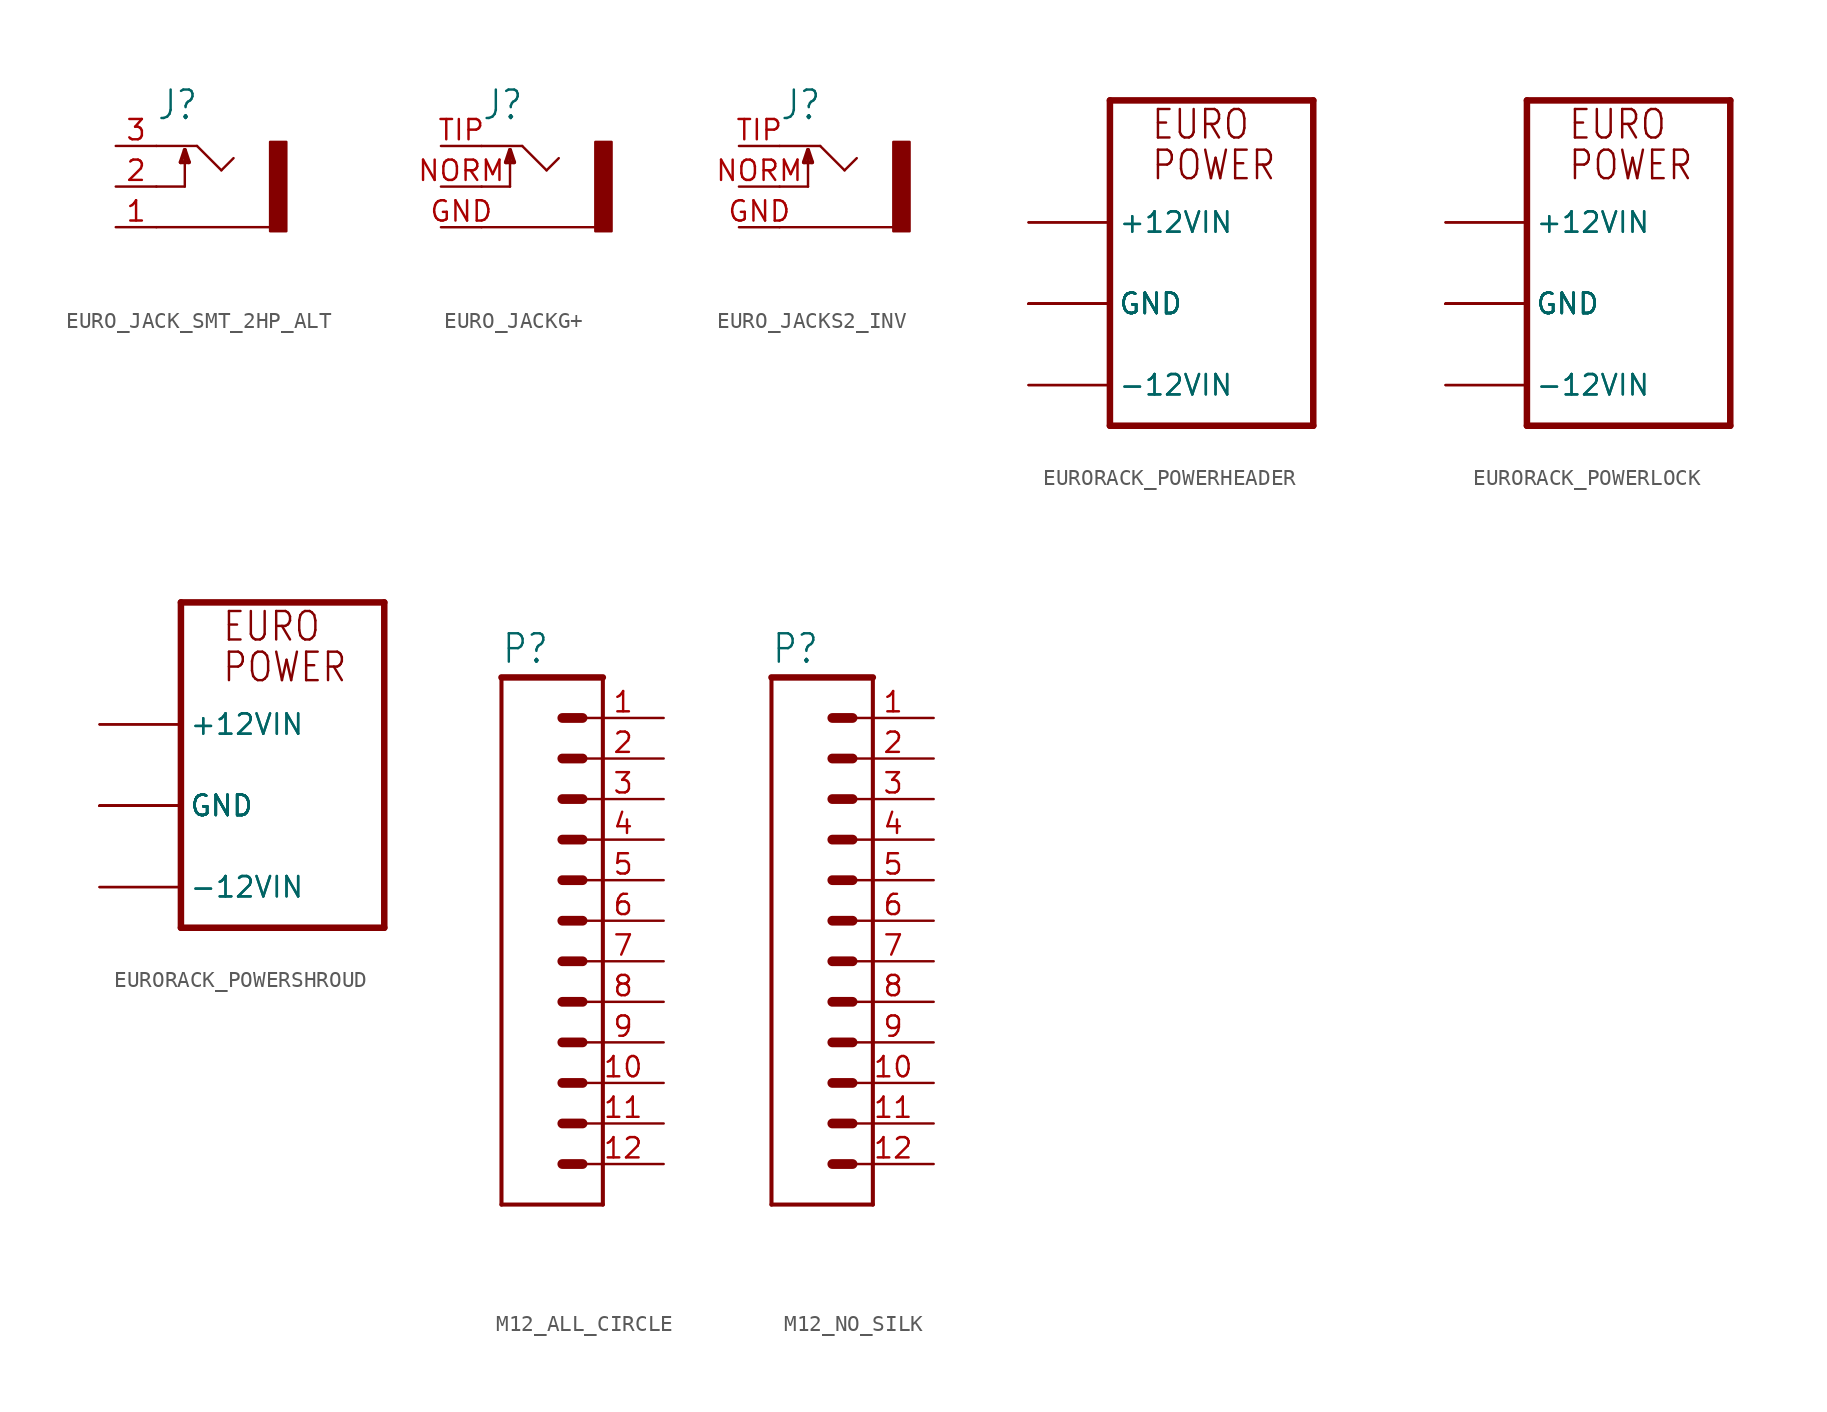
<source format=kicad_sym>
(kicad_symbol_lib
  (version 20231120)
  (generator "kicad_symbol_editor")
  (generator_version "8.0")
  (symbol "EURO_JACK_SMT_2HP_ALT"
    (property "Reference" "J"
      (at -2.54 4.064 0)
      (effects (font (size 1.778 1.511)) (justify left bottom)))
    (property "Value" ""
      (at -2.54 -6.096 0)
      (effects (font (size 1.778 1.511)) (justify left bottom)))
    (property "ki_locked" ""
      (at 0 0 0)
      (effects (font (size 1.27 1.27))))
    (symbol "EURO_JACK_SMT_2HP_ALT_1_0"
      (polyline (pts (xy -2.54 -2.54) (xy 4.572 -2.54)) (stroke (width 0.152) (type solid)) (fill (type none)))
      (polyline (pts (xy -2.54 0) (xy -0.762 0)) (stroke (width 0.152) (type solid)) (fill (type none)))
      (polyline (pts (xy -2.54 2.54) (xy 0 2.54)) (stroke (width 0.152) (type solid)) (fill (type none)))
      (polyline (pts (xy -1.016 1.524) (xy -0.508 1.524)) (stroke (width 0.254) (type solid)) (fill (type none)))
      (polyline (pts (xy -0.762 0) (xy -0.762 2.286)) (stroke (width 0.152) (type solid)) (fill (type none)))
      (polyline (pts (xy -0.762 2.286) (xy -1.016 1.524)) (stroke (width 0.254) (type solid)) (fill (type none)))
      (polyline (pts (xy -0.508 1.524) (xy -0.762 2.286)) (stroke (width 0.254) (type solid)) (fill (type none)))
      (polyline (pts (xy 0 2.54) (xy 1.524 1.016)) (stroke (width 0.152) (type solid)) (fill (type none)))
      (polyline (pts (xy 1.524 1.016) (xy 2.286 1.778)) (stroke (width 0.152) (type solid)) (fill (type none)))
      (rectangle (start 4.572 2.794) (end 5.588 -2.794) (stroke (width 0) (type default)) (fill (type outline)))
      (pin passive line (at -5.08 -2.54 0) (length 2.54) (name "GND" (effects (font (size 0 0)))) (number "1" (effects (font (size 1.27 1.27)))))
      (pin passive line (at -5.08 0 0) (length 2.54) (name "NORM" (effects (font (size 0 0)))) (number "2" (effects (font (size 1.27 1.27)))))
      (pin passive line (at -5.08 2.54 0) (length 2.54) (name "TIP" (effects (font (size 0 0)))) (number "3" (effects (font (size 1.27 1.27)))))))
  (symbol "EURO_JACKG+"
    (property "Reference" "J"
      (at -2.54 4.064 0)
      (effects (font (size 1.778 1.511)) (justify left bottom)))
    (property "Value" ""
      (at -2.54 -6.096 0)
      (effects (font (size 1.778 1.511)) (justify left bottom)))
    (property "ki_locked" ""
      (at 0 0 0)
      (effects (font (size 1.27 1.27))))
    (symbol "EURO_JACKG+_1_0"
      (polyline (pts (xy -2.54 -2.54) (xy 4.572 -2.54)) (stroke (width 0.152) (type solid)) (fill (type none)))
      (polyline (pts (xy -2.54 0) (xy -0.762 0)) (stroke (width 0.152) (type solid)) (fill (type none)))
      (polyline (pts (xy -2.54 2.54) (xy 0 2.54)) (stroke (width 0.152) (type solid)) (fill (type none)))
      (polyline (pts (xy -1.016 1.524) (xy -0.508 1.524)) (stroke (width 0.254) (type solid)) (fill (type none)))
      (polyline (pts (xy -0.762 0) (xy -0.762 2.286)) (stroke (width 0.152) (type solid)) (fill (type none)))
      (polyline (pts (xy -0.762 2.286) (xy -1.016 1.524)) (stroke (width 0.254) (type solid)) (fill (type none)))
      (polyline (pts (xy -0.508 1.524) (xy -0.762 2.286)) (stroke (width 0.254) (type solid)) (fill (type none)))
      (polyline (pts (xy 0 2.54) (xy 1.524 1.016)) (stroke (width 0.152) (type solid)) (fill (type none)))
      (polyline (pts (xy 1.524 1.016) (xy 2.286 1.778)) (stroke (width 0.152) (type solid)) (fill (type none)))
      (rectangle (start 4.572 2.794) (end 5.588 -2.794) (stroke (width 0) (type default)) (fill (type outline)))
      (pin passive line (at -5.08 -2.54 0) (length 2.54) (name "GND" (effects (font (size 0 0)))) (number "GND" (effects (font (size 1.27 1.27)))))
      (pin passive line (at -5.08 0 0) (length 2.54) (name "NORM" (effects (font (size 0 0)))) (number "NORM" (effects (font (size 1.27 1.27)))))
      (pin passive line (at -5.08 2.54 0) (length 2.54) (name "TIP" (effects (font (size 0 0)))) (number "TIP" (effects (font (size 1.27 1.27)))))))
  (symbol "EURO_JACKS2_INV"
    (property "Reference" "J"
      (at -2.54 4.064 0)
      (effects (font (size 1.778 1.511)) (justify left bottom)))
    (property "Value" ""
      (at -2.54 -6.096 0)
      (effects (font (size 1.778 1.511)) (justify left bottom)))
    (property "ki_locked" ""
      (at 0 0 0)
      (effects (font (size 1.27 1.27))))
    (symbol "EURO_JACKS2_INV_1_0"
      (polyline (pts (xy -2.54 -2.54) (xy 4.572 -2.54)) (stroke (width 0.152) (type solid)) (fill (type none)))
      (polyline (pts (xy -2.54 0) (xy -0.762 0)) (stroke (width 0.152) (type solid)) (fill (type none)))
      (polyline (pts (xy -2.54 2.54) (xy 0 2.54)) (stroke (width 0.152) (type solid)) (fill (type none)))
      (polyline (pts (xy -1.016 1.524) (xy -0.508 1.524)) (stroke (width 0.254) (type solid)) (fill (type none)))
      (polyline (pts (xy -0.762 0) (xy -0.762 2.286)) (stroke (width 0.152) (type solid)) (fill (type none)))
      (polyline (pts (xy -0.762 2.286) (xy -1.016 1.524)) (stroke (width 0.254) (type solid)) (fill (type none)))
      (polyline (pts (xy -0.508 1.524) (xy -0.762 2.286)) (stroke (width 0.254) (type solid)) (fill (type none)))
      (polyline (pts (xy 0 2.54) (xy 1.524 1.016)) (stroke (width 0.152) (type solid)) (fill (type none)))
      (polyline (pts (xy 1.524 1.016) (xy 2.286 1.778)) (stroke (width 0.152) (type solid)) (fill (type none)))
      (rectangle (start 4.572 2.794) (end 5.588 -2.794) (stroke (width 0) (type default)) (fill (type outline)))
      (pin passive line (at -5.08 -2.54 0) (length 2.54) (name "GND" (effects (font (size 0 0)))) (number "GND" (effects (font (size 1.27 1.27)))))
      (pin passive line (at -5.08 0 0) (length 2.54) (name "NORM" (effects (font (size 0 0)))) (number "NORM" (effects (font (size 1.27 1.27)))))
      (pin passive line (at -5.08 2.54 0) (length 2.54) (name "TIP" (effects (font (size 0 0)))) (number "TIP" (effects (font (size 1.27 1.27)))))))
  (symbol "EURORACK_POWERHEADER"
    (property "Reference" "EP"
      (at 0 0 0)
      (effects (font (size 1.27 1.27)) (hide yes)))
    (property "ki_locked" ""
      (at 0 0 0)
      (effects (font (size 1.27 1.27))))
    (symbol "EURORACK_POWERHEADER_1_0"
      (polyline (pts (xy -5.08 -10.16) (xy 7.62 -10.16)) (stroke (width 0.406) (type solid)) (fill (type none)))
      (polyline (pts (xy -5.08 10.16) (xy -5.08 -10.16)) (stroke (width 0.406) (type solid)) (fill (type none)))
      (polyline (pts (xy 7.62 -10.16) (xy 7.62 10.16)) (stroke (width 0.406) (type solid)) (fill (type none)))
      (polyline (pts (xy 7.62 10.16) (xy -5.08 10.16)) (stroke (width 0.406) (type solid)) (fill (type none)))
      (text "EURO" (at -2.54 7.62 0) (effects (font (size 1.778 1.511)) (justify left bottom)))
      (text "POWER" (at -2.54 5.08 0) (effects (font (size 1.778 1.511)) (justify left bottom)))
      (pin bidirectional line (at -10.16 2.54 0) (length 5.08) (name "+12VIN" (effects (font (size 1.27 1.27)))) (number "+12V0" (effects (font (size 0 0)))))
      (pin bidirectional line (at -10.16 2.54 0) (length 5.08) (name "+12VIN" (effects (font (size 1.27 1.27)))) (number "+12V1" (effects (font (size 0 0)))))
      (pin bidirectional line (at -10.16 -7.62 0) (length 5.08) (name "-12VIN" (effects (font (size 1.27 1.27)))) (number "-12V0" (effects (font (size 0 0)))))
      (pin bidirectional line (at -10.16 -7.62 0) (length 5.08) (name "-12VIN" (effects (font (size 1.27 1.27)))) (number "-12V1" (effects (font (size 0 0)))))
      (pin bidirectional line (at -10.16 -2.54 0) (length 5.08) (name "GND" (effects (font (size 1.27 1.27)))) (number "GND0" (effects (font (size 0 0)))))
      (pin bidirectional line (at -10.16 -2.54 0) (length 5.08) (name "GND" (effects (font (size 1.27 1.27)))) (number "GND1" (effects (font (size 0 0)))))
      (pin bidirectional line (at -10.16 -2.54 0) (length 5.08) (name "GND" (effects (font (size 1.27 1.27)))) (number "GND2" (effects (font (size 0 0)))))
      (pin bidirectional line (at -10.16 -2.54 0) (length 5.08) (name "GND" (effects (font (size 1.27 1.27)))) (number "GND3" (effects (font (size 0 0)))))
      (pin bidirectional line (at -10.16 -2.54 0) (length 5.08) (name "GND" (effects (font (size 1.27 1.27)))) (number "GND4" (effects (font (size 0 0)))))
      (pin bidirectional line (at -10.16 -2.54 0) (length 5.08) (name "GND" (effects (font (size 1.27 1.27)))) (number "GND5" (effects (font (size 0 0)))))))
  (symbol "EURORACK_POWERLOCK"
    (property "Reference" "EP"
      (at 0 0 0)
      (effects (font (size 1.27 1.27)) (hide yes)))
    (property "ki_locked" ""
      (at 0 0 0)
      (effects (font (size 1.27 1.27))))
    (symbol "EURORACK_POWERLOCK_1_0"
      (polyline (pts (xy -5.08 -10.16) (xy 7.62 -10.16)) (stroke (width 0.406) (type solid)) (fill (type none)))
      (polyline (pts (xy -5.08 10.16) (xy -5.08 -10.16)) (stroke (width 0.406) (type solid)) (fill (type none)))
      (polyline (pts (xy 7.62 -10.16) (xy 7.62 10.16)) (stroke (width 0.406) (type solid)) (fill (type none)))
      (polyline (pts (xy 7.62 10.16) (xy -5.08 10.16)) (stroke (width 0.406) (type solid)) (fill (type none)))
      (text "EURO" (at -2.54 7.62 0) (effects (font (size 1.778 1.511)) (justify left bottom)))
      (text "POWER" (at -2.54 5.08 0) (effects (font (size 1.778 1.511)) (justify left bottom)))
      (pin bidirectional line (at -10.16 -2.54 0) (length 5.08) (name "GND" (effects (font (size 1.27 1.27)))) (number "GND1" (effects (font (size 0 0)))))
      (pin bidirectional line (at -10.16 -2.54 0) (length 5.08) (name "GND" (effects (font (size 1.27 1.27)))) (number "GND2" (effects (font (size 0 0)))))
      (pin bidirectional line (at -10.16 -2.54 0) (length 5.08) (name "GND" (effects (font (size 1.27 1.27)))) (number "GND3" (effects (font (size 0 0)))))
      (pin bidirectional line (at -10.16 -2.54 0) (length 5.08) (name "GND" (effects (font (size 1.27 1.27)))) (number "GND4" (effects (font (size 0 0)))))
      (pin bidirectional line (at -10.16 -2.54 0) (length 5.08) (name "GND" (effects (font (size 1.27 1.27)))) (number "GND5" (effects (font (size 0 0)))))
      (pin bidirectional line (at -10.16 -2.54 0) (length 5.08) (name "GND" (effects (font (size 1.27 1.27)))) (number "GND6" (effects (font (size 0 0)))))
      (pin bidirectional line (at -10.16 -7.62 0) (length 5.08) (name "-12VIN" (effects (font (size 1.27 1.27)))) (number "NEG1" (effects (font (size 0 0)))))
      (pin bidirectional line (at -10.16 -7.62 0) (length 5.08) (name "-12VIN" (effects (font (size 1.27 1.27)))) (number "NEG2" (effects (font (size 0 0)))))
      (pin bidirectional line (at -10.16 2.54 0) (length 5.08) (name "+12VIN" (effects (font (size 1.27 1.27)))) (number "POS1" (effects (font (size 0 0)))))
      (pin bidirectional line (at -10.16 2.54 0) (length 5.08) (name "+12VIN" (effects (font (size 1.27 1.27)))) (number "POS2" (effects (font (size 0 0)))))))
  (symbol "EURORACK_POWERSHROUD"
    (property "Reference" "EP"
      (at 0 0 0)
      (effects (font (size 1.27 1.27)) (hide yes)))
    (property "ki_locked" ""
      (at 0 0 0)
      (effects (font (size 1.27 1.27))))
    (symbol "EURORACK_POWERSHROUD_1_0"
      (polyline (pts (xy -5.08 -10.16) (xy 7.62 -10.16)) (stroke (width 0.406) (type solid)) (fill (type none)))
      (polyline (pts (xy -5.08 10.16) (xy -5.08 -10.16)) (stroke (width 0.406) (type solid)) (fill (type none)))
      (polyline (pts (xy 7.62 -10.16) (xy 7.62 10.16)) (stroke (width 0.406) (type solid)) (fill (type none)))
      (polyline (pts (xy 7.62 10.16) (xy -5.08 10.16)) (stroke (width 0.406) (type solid)) (fill (type none)))
      (text "EURO" (at -2.54 7.62 0) (effects (font (size 1.778 1.511)) (justify left bottom)))
      (text "POWER" (at -2.54 5.08 0) (effects (font (size 1.778 1.511)) (justify left bottom)))
      (pin bidirectional line (at -10.16 2.54 0) (length 5.08) (name "+12VIN" (effects (font (size 1.27 1.27)))) (number "+12V0" (effects (font (size 0 0)))))
      (pin bidirectional line (at -10.16 2.54 0) (length 5.08) (name "+12VIN" (effects (font (size 1.27 1.27)))) (number "+12V1" (effects (font (size 0 0)))))
      (pin bidirectional line (at -10.16 -7.62 0) (length 5.08) (name "-12VIN" (effects (font (size 1.27 1.27)))) (number "-12V0" (effects (font (size 0 0)))))
      (pin bidirectional line (at -10.16 -7.62 0) (length 5.08) (name "-12VIN" (effects (font (size 1.27 1.27)))) (number "-12V1" (effects (font (size 0 0)))))
      (pin bidirectional line (at -10.16 -2.54 0) (length 5.08) (name "GND" (effects (font (size 1.27 1.27)))) (number "GND0" (effects (font (size 0 0)))))
      (pin bidirectional line (at -10.16 -2.54 0) (length 5.08) (name "GND" (effects (font (size 1.27 1.27)))) (number "GND1" (effects (font (size 0 0)))))
      (pin bidirectional line (at -10.16 -2.54 0) (length 5.08) (name "GND" (effects (font (size 1.27 1.27)))) (number "GND2" (effects (font (size 0 0)))))
      (pin bidirectional line (at -10.16 -2.54 0) (length 5.08) (name "GND" (effects (font (size 1.27 1.27)))) (number "GND3" (effects (font (size 0 0)))))
      (pin bidirectional line (at -10.16 -2.54 0) (length 5.08) (name "GND" (effects (font (size 1.27 1.27)))) (number "GND4" (effects (font (size 0 0)))))
      (pin bidirectional line (at -10.16 -2.54 0) (length 5.08) (name "GND" (effects (font (size 1.27 1.27)))) (number "GND5" (effects (font (size 0 0)))))))
  (symbol "M12_ALL_CIRCLE"
    (property "Reference" "P"
      (at 0 0.762 0)
      (effects (font (size 1.778 1.511)) (justify left bottom)))
    (property "Value" ""
      (at 0 -35.56 0)
      (effects (font (size 1.778 1.511)) (justify left bottom)))
    (property "ki_locked" ""
      (at 0 0 0)
      (effects (font (size 1.27 1.27))))
    (symbol "M12_ALL_CIRCLE_1_0"
      (polyline (pts (xy 0 -33.02) (xy 6.35 -33.02)) (stroke (width 0.254) (type solid)) (fill (type none)))
      (polyline (pts (xy 0 0) (xy 0 -33.02)) (stroke (width 0.254) (type solid)) (fill (type none)))
      (polyline (pts (xy 0 0) (xy 6.35 0)) (stroke (width 0.406) (type solid)) (fill (type none)))
      (polyline (pts (xy 3.81 -30.48) (xy 5.08 -30.48)) (stroke (width 0.61) (type solid)) (fill (type none)))
      (polyline (pts (xy 3.81 -27.94) (xy 5.08 -27.94)) (stroke (width 0.61) (type solid)) (fill (type none)))
      (polyline (pts (xy 3.81 -25.4) (xy 5.08 -25.4)) (stroke (width 0.61) (type solid)) (fill (type none)))
      (polyline (pts (xy 3.81 -22.86) (xy 5.08 -22.86)) (stroke (width 0.61) (type solid)) (fill (type none)))
      (polyline (pts (xy 3.81 -20.32) (xy 5.08 -20.32)) (stroke (width 0.61) (type solid)) (fill (type none)))
      (polyline (pts (xy 3.81 -17.78) (xy 5.08 -17.78)) (stroke (width 0.61) (type solid)) (fill (type none)))
      (polyline (pts (xy 3.81 -15.24) (xy 5.08 -15.24)) (stroke (width 0.61) (type solid)) (fill (type none)))
      (polyline (pts (xy 3.81 -12.7) (xy 5.08 -12.7)) (stroke (width 0.61) (type solid)) (fill (type none)))
      (polyline (pts (xy 3.81 -10.16) (xy 5.08 -10.16)) (stroke (width 0.61) (type solid)) (fill (type none)))
      (polyline (pts (xy 3.81 -7.62) (xy 5.08 -7.62)) (stroke (width 0.61) (type solid)) (fill (type none)))
      (polyline (pts (xy 3.81 -5.08) (xy 5.08 -5.08)) (stroke (width 0.61) (type solid)) (fill (type none)))
      (polyline (pts (xy 3.81 -2.54) (xy 5.08 -2.54)) (stroke (width 0.61) (type solid)) (fill (type none)))
      (polyline (pts (xy 6.35 -33.02) (xy 6.35 0)) (stroke (width 0.254) (type solid)) (fill (type none)))
      (pin passive line (at 10.16 -2.54 180) (length 5.08) (name "1" (effects (font (size 0 0)))) (number "1" (effects (font (size 1.27 1.27)))))
      (pin passive line (at 10.16 -25.4 180) (length 5.08) (name "10" (effects (font (size 0 0)))) (number "10" (effects (font (size 1.27 1.27)))))
      (pin passive line (at 10.16 -27.94 180) (length 5.08) (name "11" (effects (font (size 0 0)))) (number "11" (effects (font (size 1.27 1.27)))))
      (pin passive line (at 10.16 -30.48 180) (length 5.08) (name "12" (effects (font (size 0 0)))) (number "12" (effects (font (size 1.27 1.27)))))
      (pin passive line (at 10.16 -5.08 180) (length 5.08) (name "2" (effects (font (size 0 0)))) (number "2" (effects (font (size 1.27 1.27)))))
      (pin passive line (at 10.16 -7.62 180) (length 5.08) (name "3" (effects (font (size 0 0)))) (number "3" (effects (font (size 1.27 1.27)))))
      (pin passive line (at 10.16 -10.16 180) (length 5.08) (name "4" (effects (font (size 0 0)))) (number "4" (effects (font (size 1.27 1.27)))))
      (pin passive line (at 10.16 -12.7 180) (length 5.08) (name "5" (effects (font (size 0 0)))) (number "5" (effects (font (size 1.27 1.27)))))
      (pin passive line (at 10.16 -15.24 180) (length 5.08) (name "6" (effects (font (size 0 0)))) (number "6" (effects (font (size 1.27 1.27)))))
      (pin passive line (at 10.16 -17.78 180) (length 5.08) (name "7" (effects (font (size 0 0)))) (number "7" (effects (font (size 1.27 1.27)))))
      (pin passive line (at 10.16 -20.32 180) (length 5.08) (name "8" (effects (font (size 0 0)))) (number "8" (effects (font (size 1.27 1.27)))))
      (pin passive line (at 10.16 -22.86 180) (length 5.08) (name "9" (effects (font (size 0 0)))) (number "9" (effects (font (size 1.27 1.27)))))))
  (symbol "M12_NO_SILK"
    (property "Reference" "P"
      (at 0 0.762 0)
      (effects (font (size 1.778 1.511)) (justify left bottom)))
    (property "Value" ""
      (at 0 -35.56 0)
      (effects (font (size 1.778 1.511)) (justify left bottom)))
    (property "ki_locked" ""
      (at 0 0 0)
      (effects (font (size 1.27 1.27))))
    (symbol "M12_NO_SILK_1_0"
      (polyline (pts (xy 0 -33.02) (xy 6.35 -33.02)) (stroke (width 0.254) (type solid)) (fill (type none)))
      (polyline (pts (xy 0 0) (xy 0 -33.02)) (stroke (width 0.254) (type solid)) (fill (type none)))
      (polyline (pts (xy 0 0) (xy 6.35 0)) (stroke (width 0.406) (type solid)) (fill (type none)))
      (polyline (pts (xy 3.81 -30.48) (xy 5.08 -30.48)) (stroke (width 0.61) (type solid)) (fill (type none)))
      (polyline (pts (xy 3.81 -27.94) (xy 5.08 -27.94)) (stroke (width 0.61) (type solid)) (fill (type none)))
      (polyline (pts (xy 3.81 -25.4) (xy 5.08 -25.4)) (stroke (width 0.61) (type solid)) (fill (type none)))
      (polyline (pts (xy 3.81 -22.86) (xy 5.08 -22.86)) (stroke (width 0.61) (type solid)) (fill (type none)))
      (polyline (pts (xy 3.81 -20.32) (xy 5.08 -20.32)) (stroke (width 0.61) (type solid)) (fill (type none)))
      (polyline (pts (xy 3.81 -17.78) (xy 5.08 -17.78)) (stroke (width 0.61) (type solid)) (fill (type none)))
      (polyline (pts (xy 3.81 -15.24) (xy 5.08 -15.24)) (stroke (width 0.61) (type solid)) (fill (type none)))
      (polyline (pts (xy 3.81 -12.7) (xy 5.08 -12.7)) (stroke (width 0.61) (type solid)) (fill (type none)))
      (polyline (pts (xy 3.81 -10.16) (xy 5.08 -10.16)) (stroke (width 0.61) (type solid)) (fill (type none)))
      (polyline (pts (xy 3.81 -7.62) (xy 5.08 -7.62)) (stroke (width 0.61) (type solid)) (fill (type none)))
      (polyline (pts (xy 3.81 -5.08) (xy 5.08 -5.08)) (stroke (width 0.61) (type solid)) (fill (type none)))
      (polyline (pts (xy 3.81 -2.54) (xy 5.08 -2.54)) (stroke (width 0.61) (type solid)) (fill (type none)))
      (polyline (pts (xy 6.35 -33.02) (xy 6.35 0)) (stroke (width 0.254) (type solid)) (fill (type none)))
      (pin passive line (at 10.16 -2.54 180) (length 5.08) (name "1" (effects (font (size 0 0)))) (number "1" (effects (font (size 1.27 1.27)))))
      (pin passive line (at 10.16 -25.4 180) (length 5.08) (name "10" (effects (font (size 0 0)))) (number "10" (effects (font (size 1.27 1.27)))))
      (pin passive line (at 10.16 -27.94 180) (length 5.08) (name "11" (effects (font (size 0 0)))) (number "11" (effects (font (size 1.27 1.27)))))
      (pin passive line (at 10.16 -30.48 180) (length 5.08) (name "12" (effects (font (size 0 0)))) (number "12" (effects (font (size 1.27 1.27)))))
      (pin passive line (at 10.16 -5.08 180) (length 5.08) (name "2" (effects (font (size 0 0)))) (number "2" (effects (font (size 1.27 1.27)))))
      (pin passive line (at 10.16 -7.62 180) (length 5.08) (name "3" (effects (font (size 0 0)))) (number "3" (effects (font (size 1.27 1.27)))))
      (pin passive line (at 10.16 -10.16 180) (length 5.08) (name "4" (effects (font (size 0 0)))) (number "4" (effects (font (size 1.27 1.27)))))
      (pin passive line (at 10.16 -12.7 180) (length 5.08) (name "5" (effects (font (size 0 0)))) (number "5" (effects (font (size 1.27 1.27)))))
      (pin passive line (at 10.16 -15.24 180) (length 5.08) (name "6" (effects (font (size 0 0)))) (number "6" (effects (font (size 1.27 1.27)))))
      (pin passive line (at 10.16 -17.78 180) (length 5.08) (name "7" (effects (font (size 0 0)))) (number "7" (effects (font (size 1.27 1.27)))))
      (pin passive line (at 10.16 -20.32 180) (length 5.08) (name "8" (effects (font (size 0 0)))) (number "8" (effects (font (size 1.27 1.27)))))
      (pin passive line (at 10.16 -22.86 180) (length 5.08) (name "9" (effects (font (size 0 0)))) (number "9" (effects (font (size 1.27 1.27))))))))
</source>
